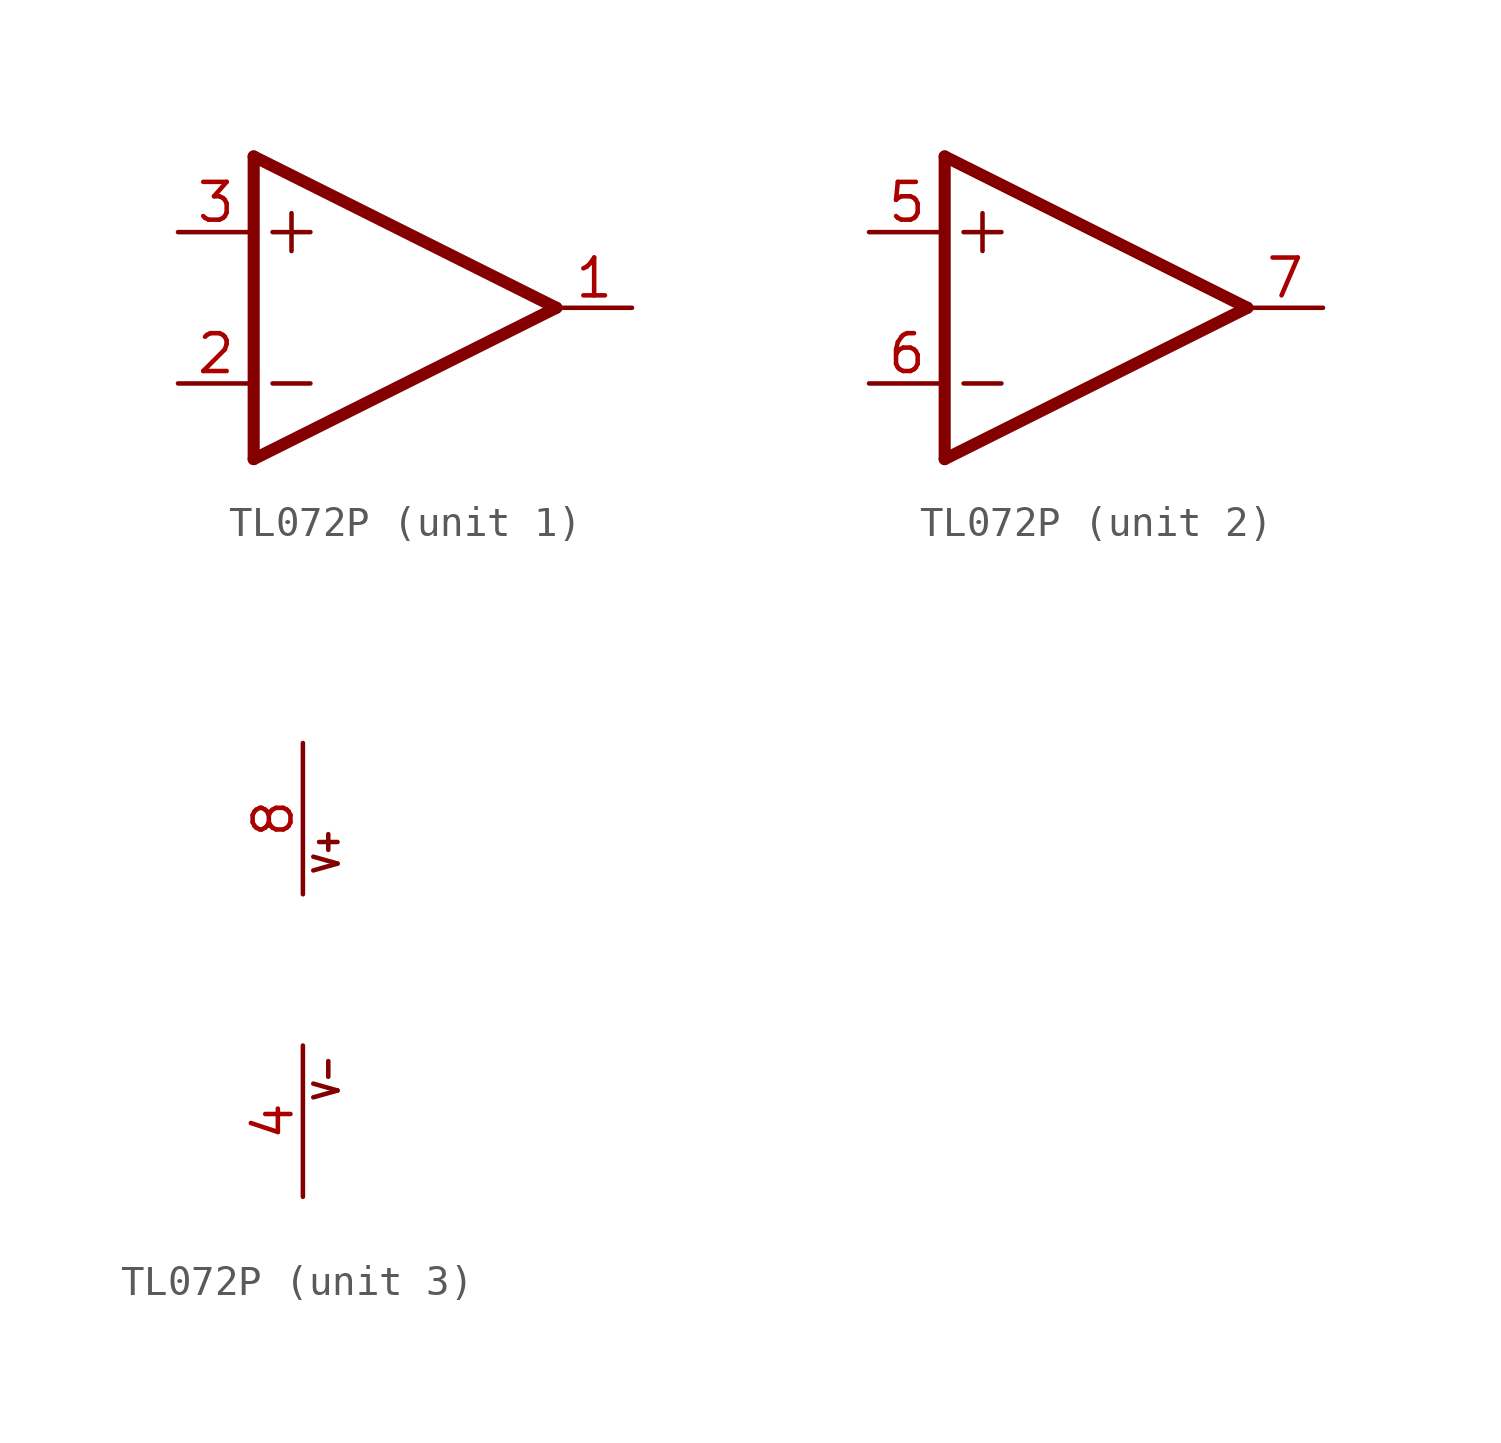
<source format=kicad_sym>
(kicad_symbol_lib
  (version 20211014)
  (generator kicad_symbol_editor)
  (symbol "TL072P"
    (property "Reference" "IC"
      (at 2.54 3.175 0)
      (effects (font (size 1.778 1.511)) (justify left bottom) hide))
    (property "ki_locked" ""
      (at 0 0 0)
      (effects (font (size 1.27 1.27))))
    (symbol "TL072P_1_0"
      (polyline (pts (xy -5.08 -5.08) (xy 5.08 0)) (stroke (width 0.406) (type default) (color 0 0 0 0)) (fill (type none)))
      (polyline (pts (xy -5.08 5.08) (xy -5.08 -5.08)) (stroke (width 0.406) (type default) (color 0 0 0 0)) (fill (type none)))
      (polyline (pts (xy -4.445 -2.54) (xy -3.175 -2.54)) (stroke (width 0.152) (type default) (color 0 0 0 0)) (fill (type none)))
      (polyline (pts (xy -4.445 2.54) (xy -3.175 2.54)) (stroke (width 0.152) (type default) (color 0 0 0 0)) (fill (type none)))
      (polyline (pts (xy -3.81 3.175) (xy -3.81 1.905)) (stroke (width 0.152) (type default) (color 0 0 0 0)) (fill (type none)))
      (polyline (pts (xy 5.08 0) (xy -5.08 5.08)) (stroke (width 0.406) (type default) (color 0 0 0 0)) (fill (type none)))
      (pin output line (at 7.62 0 180) (length 2.54) (name "OUT" (effects (font (size 0 0)))) (number "1" (effects (font (size 1.27 1.27)))))
      (pin input line (at -7.62 -2.54 0) (length 2.54) (name "-IN" (effects (font (size 0 0)))) (number "2" (effects (font (size 1.27 1.27)))))
      (pin input line (at -7.62 2.54 0) (length 2.54) (name "+IN" (effects (font (size 0 0)))) (number "3" (effects (font (size 1.27 1.27))))))
    (symbol "TL072P_2_0"
      (polyline (pts (xy -5.08 -5.08) (xy 5.08 0)) (stroke (width 0.406) (type default) (color 0 0 0 0)) (fill (type none)))
      (polyline (pts (xy -5.08 5.08) (xy -5.08 -5.08)) (stroke (width 0.406) (type default) (color 0 0 0 0)) (fill (type none)))
      (polyline (pts (xy -4.445 -2.54) (xy -3.175 -2.54)) (stroke (width 0.152) (type default) (color 0 0 0 0)) (fill (type none)))
      (polyline (pts (xy -4.445 2.54) (xy -3.175 2.54)) (stroke (width 0.152) (type default) (color 0 0 0 0)) (fill (type none)))
      (polyline (pts (xy -3.81 3.175) (xy -3.81 1.905)) (stroke (width 0.152) (type default) (color 0 0 0 0)) (fill (type none)))
      (polyline (pts (xy 5.08 0) (xy -5.08 5.08)) (stroke (width 0.406) (type default) (color 0 0 0 0)) (fill (type none)))
      (pin input line (at -7.62 2.54 0) (length 2.54) (name "+IN" (effects (font (size 0 0)))) (number "5" (effects (font (size 1.27 1.27)))))
      (pin input line (at -7.62 -2.54 0) (length 2.54) (name "-IN" (effects (font (size 0 0)))) (number "6" (effects (font (size 1.27 1.27)))))
      (pin output line (at 7.62 0 180) (length 2.54) (name "OUT" (effects (font (size 0 0)))) (number "7" (effects (font (size 1.27 1.27))))))
    (symbol "TL072P_3_0"
      (text "V+" (at 1.27 3.175 900) (effects (font (size 0.813 0.691)) (justify left bottom)))
      (text "V-" (at 1.27 -4.445 900) (effects (font (size 0.813 0.691)) (justify left bottom)))
      (pin power_in line (at 0 -7.62 90) (length 5.08) (name "V-" (effects (font (size 0 0)))) (number "4" (effects (font (size 1.27 1.27)))))
      (pin power_in line (at 0 7.62 270) (length 5.08) (name "V+" (effects (font (size 0 0)))) (number "8" (effects (font (size 1.27 1.27))))))))
</source>
